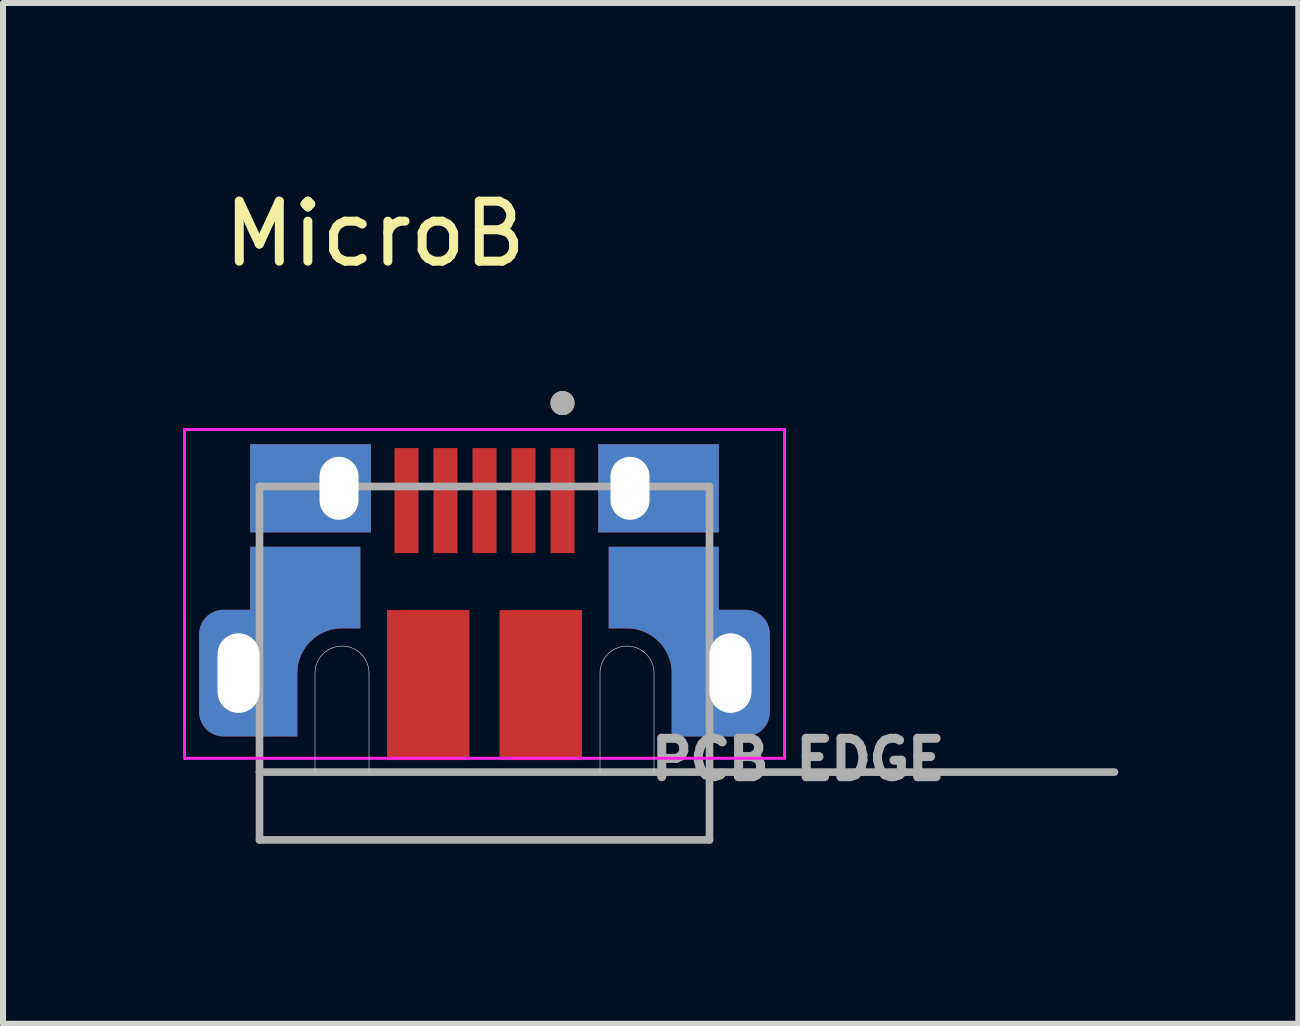
<source format=kicad_pcb>
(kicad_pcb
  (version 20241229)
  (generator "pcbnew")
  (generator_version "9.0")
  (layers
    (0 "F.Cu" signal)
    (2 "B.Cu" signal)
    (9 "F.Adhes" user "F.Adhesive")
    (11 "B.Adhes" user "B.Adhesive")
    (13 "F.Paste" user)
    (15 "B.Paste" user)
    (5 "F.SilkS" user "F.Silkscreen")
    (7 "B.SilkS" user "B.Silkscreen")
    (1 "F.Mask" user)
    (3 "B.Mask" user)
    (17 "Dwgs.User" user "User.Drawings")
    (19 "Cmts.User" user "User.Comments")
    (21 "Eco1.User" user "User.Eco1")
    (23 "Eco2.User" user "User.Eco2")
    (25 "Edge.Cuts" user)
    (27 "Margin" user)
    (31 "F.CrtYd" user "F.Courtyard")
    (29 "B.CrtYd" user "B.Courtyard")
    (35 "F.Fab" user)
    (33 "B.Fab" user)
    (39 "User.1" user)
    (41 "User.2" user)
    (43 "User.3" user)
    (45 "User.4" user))
  (footprint "MicroB"
    (layer "F.Cu")
    (at 5.025 8.168)
    (property "Reference" "MicroB" (at -1.825 -7.32 0) (layer "F.SilkS") (effects (font (size 1 1) (thickness 0.15))))
    (attr smd)
    (fp_poly (pts (xy -4 -3.91) (xy -1.8 -3.91) (xy -1.8 -2.25) (xy -4 -2.25)) (stroke (width 0.01) (type solid)) (fill yes) (layer "F.Mask"))
    (fp_poly (pts (xy 4 -3.91) (xy 1.8 -3.91) (xy 1.8 -2.25) (xy 4 -2.25)) (stroke (width 0.01) (type solid)) (fill yes) (layer "F.Mask"))
    (fp_poly (pts (xy -3.025 1.15) (xy -4.35 1.15) (xy -4.376 1.149) (xy -4.402 1.147) (xy -4.428 1.144) (xy -4.454 1.139) (xy -4.479 1.133) (xy -4.505 1.126) (xy -4.529 1.117) (xy -4.553 1.107) (xy -4.577 1.096) (xy -4.6 1.083) (xy -4.622 1.069) (xy -4.644 1.055) (xy -4.665 1.039) (xy -4.685 1.022) (xy -4.704 1.004) (xy -4.722 0.985) (xy -4.739 0.965) (xy -4.755 0.944) (xy -4.769 0.922) (xy -4.783 0.9) (xy -4.796 0.877) (xy -4.807 0.853) (xy -4.817 0.829) (xy -4.826 0.805) (xy -4.833 0.779) (xy -4.839 0.754) (xy -4.844 0.728) (xy -4.847 0.702) (xy -4.849 0.676) (xy -4.85 0.65) (xy -4.85 -0.65) (xy -4.849 -0.676) (xy -4.847 -0.702) (xy -4.844 -0.728) (xy -4.839 -0.754) (xy -4.833 -0.779) (xy -4.826 -0.805) (xy -4.817 -0.829) (xy -4.807 -0.853) (xy -4.796 -0.877) (xy -4.783 -0.9) (xy -4.769 -0.922) (xy -4.755 -0.944) (xy -4.739 -0.965) (xy -4.722 -0.985) (xy -4.704 -1.004) (xy -4.685 -1.022) (xy -4.665 -1.039) (xy -4.644 -1.055) (xy -4.622 -1.069) (xy -4.6 -1.083) (xy -4.577 -1.096) (xy -4.553 -1.107) (xy -4.529 -1.117) (xy -4.505 -1.126) (xy -4.479 -1.133) (xy -4.454 -1.139) (xy -4.428 -1.144) (xy -4.402 -1.147) (xy -4.376 -1.149) (xy -4.35 -1.15) (xy -4 -1.15) (xy -4 -2.2) (xy -1.975 -2.2) (xy -1.975 -0.65) (xy -2.375 -0.65) (xy -2.409 -0.649) (xy -2.443 -0.646) (xy -2.477 -0.642) (xy -2.51 -0.636) (xy -2.543 -0.628) (xy -2.576 -0.618) (xy -2.608 -0.607) (xy -2.639 -0.594) (xy -2.67 -0.579) (xy -2.7 -0.563) (xy -2.729 -0.545) (xy -2.757 -0.526) (xy -2.784 -0.505) (xy -2.81 -0.483) (xy -2.835 -0.46) (xy -2.858 -0.435) (xy -2.88 -0.409) (xy -2.901 -0.382) (xy -2.92 -0.354) (xy -2.938 -0.325) (xy -2.954 -0.295) (xy -2.969 -0.264) (xy -2.982 -0.233) (xy -2.993 -0.201) (xy -3.003 -0.168) (xy -3.011 -0.135) (xy -3.017 -0.102) (xy -3.021 -0.068) (xy -3.024 -0.034) (xy -3.025 0) (xy -3.025 1.15)) (stroke (width 0.01) (type solid)) (fill yes) (layer "F.Mask"))
    (fp_poly (pts (xy 3.025 1.15) (xy 4.35 1.15) (xy 4.376 1.149) (xy 4.402 1.147) (xy 4.428 1.144) (xy 4.454 1.139) (xy 4.479 1.133) (xy 4.505 1.126) (xy 4.529 1.117) (xy 4.553 1.107) (xy 4.577 1.096) (xy 4.6 1.083) (xy 4.622 1.069) (xy 4.644 1.055) (xy 4.665 1.039) (xy 4.685 1.022) (xy 4.704 1.004) (xy 4.722 0.985) (xy 4.739 0.965) (xy 4.755 0.944) (xy 4.769 0.922) (xy 4.783 0.9) (xy 4.796 0.877) (xy 4.807 0.853) (xy 4.817 0.829) (xy 4.826 0.805) (xy 4.833 0.779) (xy 4.839 0.754) (xy 4.844 0.728) (xy 4.847 0.702) (xy 4.849 0.676) (xy 4.85 0.65) (xy 4.85 -0.65) (xy 4.849 -0.676) (xy 4.847 -0.702) (xy 4.844 -0.728) (xy 4.839 -0.754) (xy 4.833 -0.779) (xy 4.826 -0.805) (xy 4.817 -0.829) (xy 4.807 -0.853) (xy 4.796 -0.877) (xy 4.783 -0.9) (xy 4.769 -0.922) (xy 4.755 -0.944) (xy 4.739 -0.965) (xy 4.722 -0.985) (xy 4.704 -1.004) (xy 4.685 -1.022) (xy 4.665 -1.039) (xy 4.644 -1.055) (xy 4.622 -1.069) (xy 4.6 -1.083) (xy 4.577 -1.096) (xy 4.553 -1.107) (xy 4.529 -1.117) (xy 4.505 -1.126) (xy 4.479 -1.133) (xy 4.454 -1.139) (xy 4.428 -1.144) (xy 4.402 -1.147) (xy 4.376 -1.149) (xy 4.35 -1.15) (xy 4 -1.15) (xy 4 -2.2) (xy 1.975 -2.2) (xy 1.975 -0.65) (xy 2.375 -0.65) (xy 2.409 -0.649) (xy 2.443 -0.646) (xy 2.477 -0.642) (xy 2.51 -0.636) (xy 2.543 -0.628) (xy 2.576 -0.618) (xy 2.608 -0.607) (xy 2.639 -0.594) (xy 2.67 -0.579) (xy 2.7 -0.563) (xy 2.729 -0.545) (xy 2.757 -0.526) (xy 2.784 -0.505) (xy 2.81 -0.483) (xy 2.835 -0.46) (xy 2.858 -0.435) (xy 2.88 -0.409) (xy 2.901 -0.382) (xy 2.92 -0.354) (xy 2.938 -0.325) (xy 2.954 -0.295) (xy 2.969 -0.264) (xy 2.982 -0.233) (xy 2.993 -0.201) (xy 3.003 -0.168) (xy 3.011 -0.135) (xy 3.017 -0.102) (xy 3.021 -0.068) (xy 3.024 -0.034) (xy 3.025 0) (xy 3.025 1.15)) (stroke (width 0.01) (type solid)) (fill yes) (layer "F.Mask"))
    (fp_circle (center 1.3 -4.5) (end 1.4 -4.5) (stroke (width 0.2) (type solid)) (fill no) (layer "F.SilkS"))
    (fp_poly (pts (xy -3.9 -3.81) (xy -1.9 -3.81) (xy -1.9 -2.35) (xy -3.9 -2.35)) (stroke (width 0.01) (type solid)) (fill yes) (layer "F.Paste"))
    (fp_poly (pts (xy 3.9 -3.81) (xy 1.9 -3.81) (xy 1.9 -2.35) (xy 3.9 -2.35)) (stroke (width 0.01) (type solid)) (fill yes) (layer "F.Paste"))
    (fp_poly (pts (xy -3.125 1.05) (xy -4.35 1.05) (xy -4.371 1.049) (xy -4.392 1.048) (xy -4.413 1.045) (xy -4.433 1.041) (xy -4.454 1.036) (xy -4.474 1.03) (xy -4.493 1.023) (xy -4.513 1.015) (xy -4.532 1.006) (xy -4.55 0.996) (xy -4.568 0.985) (xy -4.585 0.974) (xy -4.602 0.961) (xy -4.618 0.947) (xy -4.633 0.933) (xy -4.647 0.918) (xy -4.661 0.902) (xy -4.674 0.885) (xy -4.685 0.868) (xy -4.696 0.85) (xy -4.706 0.832) (xy -4.715 0.813) (xy -4.723 0.793) (xy -4.73 0.774) (xy -4.736 0.754) (xy -4.741 0.733) (xy -4.745 0.713) (xy -4.748 0.692) (xy -4.749 0.671) (xy -4.75 0.65) (xy -4.75 -0.65) (xy -4.749 -0.671) (xy -4.748 -0.692) (xy -4.745 -0.713) (xy -4.741 -0.733) (xy -4.736 -0.754) (xy -4.73 -0.774) (xy -4.723 -0.793) (xy -4.715 -0.813) (xy -4.706 -0.832) (xy -4.696 -0.85) (xy -4.685 -0.868) (xy -4.674 -0.885) (xy -4.661 -0.902) (xy -4.647 -0.918) (xy -4.633 -0.933) (xy -4.618 -0.947) (xy -4.602 -0.961) (xy -4.585 -0.974) (xy -4.568 -0.985) (xy -4.55 -0.996) (xy -4.532 -1.006) (xy -4.513 -1.015) (xy -4.493 -1.023) (xy -4.474 -1.03) (xy -4.454 -1.036) (xy -4.433 -1.041) (xy -4.413 -1.045) (xy -4.392 -1.048) (xy -4.371 -1.049) (xy -4.35 -1.05) (xy -3.9 -1.05) (xy -3.9 -2.1) (xy -2.075 -2.1) (xy -2.075 -0.75) (xy -2.375 -0.75) (xy -2.414 -0.749) (xy -2.453 -0.746) (xy -2.492 -0.741) (xy -2.531 -0.734) (xy -2.569 -0.724) (xy -2.607 -0.713) (xy -2.644 -0.7) (xy -2.68 -0.685) (xy -2.715 -0.668) (xy -2.75 -0.65) (xy -2.783 -0.629) (xy -2.816 -0.607) (xy -2.847 -0.583) (xy -2.877 -0.557) (xy -2.905 -0.53) (xy -2.932 -0.502) (xy -2.958 -0.472) (xy -2.982 -0.441) (xy -3.004 -0.408) (xy -3.025 -0.375) (xy -3.043 -0.34) (xy -3.06 -0.305) (xy -3.075 -0.269) (xy -3.088 -0.232) (xy -3.099 -0.194) (xy -3.109 -0.156) (xy -3.116 -0.117) (xy -3.121 -0.078) (xy -3.124 -0.039) (xy -3.125 0) (xy -3.125 1.05)) (stroke (width 0.01) (type solid)) (fill yes) (layer "F.Paste"))
    (fp_poly (pts (xy 3.125 1.05) (xy 4.35 1.05) (xy 4.371 1.049) (xy 4.392 1.048) (xy 4.413 1.045) (xy 4.433 1.041) (xy 4.454 1.036) (xy 4.474 1.03) (xy 4.493 1.023) (xy 4.513 1.015) (xy 4.532 1.006) (xy 4.55 0.996) (xy 4.568 0.985) (xy 4.585 0.974) (xy 4.602 0.961) (xy 4.618 0.947) (xy 4.633 0.933) (xy 4.647 0.918) (xy 4.661 0.902) (xy 4.674 0.885) (xy 4.685 0.868) (xy 4.696 0.85) (xy 4.706 0.832) (xy 4.715 0.813) (xy 4.723 0.793) (xy 4.73 0.774) (xy 4.736 0.754) (xy 4.741 0.733) (xy 4.745 0.713) (xy 4.748 0.692) (xy 4.749 0.671) (xy 4.75 0.65) (xy 4.75 -0.65) (xy 4.749 -0.671) (xy 4.748 -0.692) (xy 4.745 -0.713) (xy 4.741 -0.733) (xy 4.736 -0.754) (xy 4.73 -0.774) (xy 4.723 -0.793) (xy 4.715 -0.813) (xy 4.706 -0.832) (xy 4.696 -0.85) (xy 4.685 -0.868) (xy 4.674 -0.885) (xy 4.661 -0.902) (xy 4.647 -0.918) (xy 4.633 -0.933) (xy 4.618 -0.947) (xy 4.602 -0.961) (xy 4.585 -0.974) (xy 4.568 -0.985) (xy 4.55 -0.996) (xy 4.532 -1.006) (xy 4.513 -1.015) (xy 4.493 -1.023) (xy 4.474 -1.03) (xy 4.454 -1.036) (xy 4.433 -1.041) (xy 4.413 -1.045) (xy 4.392 -1.048) (xy 4.371 -1.049) (xy 4.35 -1.05) (xy 3.9 -1.05) (xy 3.9 -2.1) (xy 2.075 -2.1) (xy 2.075 -0.75) (xy 2.375 -0.75) (xy 2.414 -0.749) (xy 2.453 -0.746) (xy 2.492 -0.741) (xy 2.531 -0.734) (xy 2.569 -0.724) (xy 2.607 -0.713) (xy 2.644 -0.7) (xy 2.68 -0.685) (xy 2.715 -0.668) (xy 2.75 -0.65) (xy 2.783 -0.629) (xy 2.816 -0.607) (xy 2.847 -0.583) (xy 2.877 -0.557) (xy 2.905 -0.53) (xy 2.932 -0.502) (xy 2.958 -0.472) (xy 2.982 -0.441) (xy 3.004 -0.408) (xy 3.025 -0.375) (xy 3.043 -0.34) (xy 3.06 -0.305) (xy 3.075 -0.269) (xy 3.088 -0.232) (xy 3.099 -0.194) (xy 3.109 -0.156) (xy 3.116 -0.117) (xy 3.121 -0.078) (xy 3.124 -0.039) (xy 3.125 0) (xy 3.125 1.05)) (stroke (width 0.01) (type solid)) (fill yes) (layer "F.Paste"))
    (fp_line (start -2.825 1.65) (end -2.825 0) (stroke (width 0.01) (type solid)) (layer "Edge.Cuts"))
    (fp_line (start -1.925 0) (end -1.925 1.65) (stroke (width 0.01) (type solid)) (layer "Edge.Cuts"))
    (fp_line (start 1.925 0) (end 1.925 1.65) (stroke (width 0.01) (type solid)) (layer "Edge.Cuts"))
    (fp_line (start 2.825 1.65) (end 2.825 0) (stroke (width 0.01) (type solid)) (layer "Edge.Cuts"))
    (fp_arc (start -2.825 0) (mid -2.693198 -0.318198) (end -2.375 -0.45) (stroke (width 0.01) (type solid)) (layer "Edge.Cuts"))
    (fp_arc (start -2.375 -0.45) (mid -2.056802 -0.318198) (end -1.925 0) (stroke (width 0.01) (type solid)) (layer "Edge.Cuts"))
    (fp_arc (start 1.925 0) (mid 2.056802 -0.318198) (end 2.375 -0.45) (stroke (width 0.01) (type solid)) (layer "Edge.Cuts"))
    (fp_arc (start 2.375 -0.45) (mid 2.693198 -0.318198) (end 2.825 0) (stroke (width 0.01) (type solid)) (layer "Edge.Cuts"))
    (fp_line (start -5 -4.06) (end -5 1.42) (stroke (width 0.05) (type solid)) (layer "F.CrtYd"))
    (fp_line (start -5 1.42) (end 5 1.42) (stroke (width 0.05) (type solid)) (layer "F.CrtYd"))
    (fp_line (start 5 -4.06) (end -5 -4.06) (stroke (width 0.05) (type solid)) (layer "F.CrtYd"))
    (fp_line (start 5 1.42) (end 5 -4.06) (stroke (width 0.05) (type solid)) (layer "F.CrtYd"))
    (fp_line (start -3.75 -3.11) (end 3.75 -3.11) (stroke (width 0.127) (type solid)) (layer "F.Fab"))
    (fp_line (start -3.75 1.65) (end -3.75 -3.11) (stroke (width 0.127) (type solid)) (layer "F.Fab"))
    (fp_line (start -3.75 1.65) (end -3.75 2.78) (stroke (width 0.127) (type solid)) (layer "F.Fab"))
    (fp_line (start 3.75 -3.11) (end 3.75 1.65) (stroke (width 0.127) (type solid)) (layer "F.Fab"))
    (fp_line (start 3.75 1.65) (end -3.75 1.65) (stroke (width 0.127) (type solid)) (layer "F.Fab"))
    (fp_line (start 3.75 1.65) (end 3.75 2.78) (stroke (width 0.127) (type solid)) (layer "F.Fab"))
    (fp_line (start 3.75 1.65) (end 10.5 1.65) (stroke (width 0.127) (type solid)) (layer "F.Fab"))
    (fp_line (start 3.75 2.78) (end -3.75 2.78) (stroke (width 0.127) (type solid)) (layer "F.Fab"))
    (fp_circle (center 1.3 -4.5) (end 1.4 -4.5) (stroke (width 0.2) (type solid)) (fill no) (layer "F.Fab"))
    (fp_text user "PCB EDGE" (at 5.225 1.438 0) (layer "F.Fab") (effects (font (size 0.64 0.64) (thickness 0.15))))
    (pad "1" smd rect (at 1.3 -2.875) (size 0.4 1.75) (layers "F.Cu" "F.Mask" "F.Paste"))
    (pad "2" smd rect (at 0.65 -2.875) (size 0.4 1.75) (layers "F.Cu" "F.Mask" "F.Paste"))
    (pad "3" smd rect (at 0 -2.875) (size 0.4 1.75) (layers "F.Cu" "F.Mask" "F.Paste"))
    (pad "4" smd rect (at -0.65 -2.875) (size 0.4 1.75) (layers "F.Cu" "F.Mask" "F.Paste"))
    (pad "5" smd rect (at -1.3 -2.875) (size 0.4 1.75) (layers "F.Cu" "F.Mask" "F.Paste"))
    (pad "S1" thru_hole custom (at -4.1 0) (size 0.9 1.8) (drill oval 0.7 1.326) (layers "*.Cu" "*.Mask") (options (anchor circle)) (primitives (gr_poly (pts (xy 0.975 1.05) (xy -0.25 1.05) (xy -0.271 1.049) (xy -0.292 1.048) (xy -0.313 1.045) (xy -0.333 1.041) (xy -0.354 1.036) (xy -0.374 1.03) (xy -0.393 1.023) (xy -0.413 1.015) (xy -0.432 1.006) (xy -0.45 0.996) (xy -0.468 0.985) (xy -0.485 0.974) (xy -0.502 0.961) (xy -0.518 0.947) (xy -0.533 0.933) (xy -0.547 0.918) (xy -0.561 0.902) (xy -0.574 0.885) (xy -0.585 0.868) (xy -0.596 0.85) (xy -0.606 0.832) (xy -0.615 0.813) (xy -0.623 0.793) (xy -0.63 0.774) (xy -0.636 0.754) (xy -0.641 0.733) (xy -0.645 0.713) (xy -0.648 0.692) (xy -0.649 0.671) (xy -0.65 0.65) (xy -0.65 -0.65) (xy -0.649 -0.671) (xy -0.648 -0.692) (xy -0.645 -0.713) (xy -0.641 -0.733) (xy -0.636 -0.754) (xy -0.63 -0.774) (xy -0.623 -0.793) (xy -0.615 -0.813) (xy -0.606 -0.832) (xy -0.596 -0.85) (xy -0.585 -0.868) (xy -0.574 -0.885) (xy -0.561 -0.902) (xy -0.547 -0.918) (xy -0.533 -0.933) (xy -0.518 -0.947) (xy -0.502 -0.961) (xy -0.485 -0.974) (xy -0.468 -0.985) (xy -0.45 -0.996) (xy -0.432 -1.006) (xy -0.413 -1.015) (xy -0.393 -1.023) (xy -0.374 -1.03) (xy -0.354 -1.036) (xy -0.333 -1.041) (xy -0.313 -1.045) (xy -0.292 -1.048) (xy -0.271 -1.049) (xy -0.25 -1.05) (xy 0.2 -1.05) (xy 0.2 -2.1) (xy 2.025 -2.1) (xy 2.025 -0.75) (xy 1.725 -0.75) (xy 1.686 -0.749) (xy 1.647 -0.746) (xy 1.608 -0.741) (xy 1.569 -0.734) (xy 1.531 -0.724) (xy 1.493 -0.713) (xy 1.456 -0.7) (xy 1.42 -0.685) (xy 1.385 -0.668) (xy 1.35 -0.65) (xy 1.317 -0.629) (xy 1.284 -0.607) (xy 1.253 -0.583) (xy 1.223 -0.557) (xy 1.195 -0.53) (xy 1.168 -0.502) (xy 1.142 -0.472) (xy 1.118 -0.441) (xy 1.096 -0.408) (xy 1.075 -0.375) (xy 1.057 -0.34) (xy 1.04 -0.305) (xy 1.025 -0.269) (xy 1.012 -0.232) (xy 1.001 -0.194) (xy 0.991 -0.156) (xy 0.984 -0.117) (xy 0.979 -0.078) (xy 0.976 -0.039) (xy 0.975 0) (xy 0.975 1.05)) (width 0.01) (fill yes))))
    (pad "S2" thru_hole custom (at -2.425 -3.08) (size 0.73 1.46) (drill oval 0.65 1.05) (layers "*.Cu" "*.Mask") (options (anchor circle)) (primitives (gr_poly (pts (xy -1.475 -0.73) (xy 0.525 -0.73) (xy 0.525 0.73) (xy -1.475 0.73)) (width 0.01) (fill yes))))
    (pad "S3" thru_hole custom (at 4.1 0) (size 0.9 1.8) (drill oval 0.7 1.326) (layers "*.Cu" "*.Mask") (options (anchor circle)) (primitives (gr_poly (pts (xy -0.975 1.05) (xy 0.25 1.05) (xy 0.271 1.049) (xy 0.292 1.048) (xy 0.313 1.045) (xy 0.333 1.041) (xy 0.354 1.036) (xy 0.374 1.03) (xy 0.393 1.023) (xy 0.413 1.015) (xy 0.432 1.006) (xy 0.45 0.996) (xy 0.468 0.985) (xy 0.485 0.974) (xy 0.502 0.961) (xy 0.518 0.947) (xy 0.533 0.933) (xy 0.547 0.918) (xy 0.561 0.902) (xy 0.574 0.885) (xy 0.585 0.868) (xy 0.596 0.85) (xy 0.606 0.832) (xy 0.615 0.813) (xy 0.623 0.793) (xy 0.63 0.774) (xy 0.636 0.754) (xy 0.641 0.733) (xy 0.645 0.713) (xy 0.648 0.692) (xy 0.649 0.671) (xy 0.65 0.65) (xy 0.65 -0.65) (xy 0.649 -0.671) (xy 0.648 -0.692) (xy 0.645 -0.713) (xy 0.641 -0.733) (xy 0.636 -0.754) (xy 0.63 -0.774) (xy 0.623 -0.793) (xy 0.615 -0.813) (xy 0.606 -0.832) (xy 0.596 -0.85) (xy 0.585 -0.868) (xy 0.574 -0.885) (xy 0.561 -0.902) (xy 0.547 -0.918) (xy 0.533 -0.933) (xy 0.518 -0.947) (xy 0.502 -0.961) (xy 0.485 -0.974) (xy 0.468 -0.985) (xy 0.45 -0.996) (xy 0.432 -1.006) (xy 0.413 -1.015) (xy 0.393 -1.023) (xy 0.374 -1.03) (xy 0.354 -1.036) (xy 0.333 -1.041) (xy 0.313 -1.045) (xy 0.292 -1.048) (xy 0.271 -1.049) (xy 0.25 -1.05) (xy -0.2 -1.05) (xy -0.2 -2.1) (xy -2.025 -2.1) (xy -2.025 -0.75) (xy -1.725 -0.75) (xy -1.686 -0.749) (xy -1.647 -0.746) (xy -1.608 -0.741) (xy -1.569 -0.734) (xy -1.531 -0.724) (xy -1.493 -0.713) (xy -1.456 -0.7) (xy -1.42 -0.685) (xy -1.385 -0.668) (xy -1.35 -0.65) (xy -1.317 -0.629) (xy -1.284 -0.607) (xy -1.253 -0.583) (xy -1.223 -0.557) (xy -1.195 -0.53) (xy -1.168 -0.502) (xy -1.142 -0.472) (xy -1.118 -0.441) (xy -1.096 -0.408) (xy -1.075 -0.375) (xy -1.057 -0.34) (xy -1.04 -0.305) (xy -1.025 -0.269) (xy -1.012 -0.232) (xy -1.001 -0.194) (xy -0.991 -0.156) (xy -0.984 -0.117) (xy -0.979 -0.078) (xy -0.976 -0.039) (xy -0.975 0) (xy -0.975 1.05)) (width 0.01) (fill yes))))
    (pad "S4" thru_hole custom (at 2.425 -3.08) (size 0.73 1.46) (drill oval 0.65 1.05) (layers "*.Cu" "*.Mask") (options (anchor circle)) (primitives (gr_poly (pts (xy 1.475 -0.73) (xy -0.525 -0.73) (xy -0.525 0.73) (xy 1.475 0.73)) (width 0.01) (fill yes))))
    (pad "S5" smd rect (at -0.938 0.2) (size 1.375 2.5) (layers "F.Cu" "F.Mask" "F.Paste"))
    (pad "S6" smd rect (at 0.938 0.2) (size 1.375 2.5) (layers "F.Cu" "F.Mask" "F.Paste")))
  (gr_rect
    (start -3 -3)
    (end 18.588 14.012)
    (stroke (width 0.1) (type default))
    (fill no)
    (layer "Edge.Cuts")))
</source>
